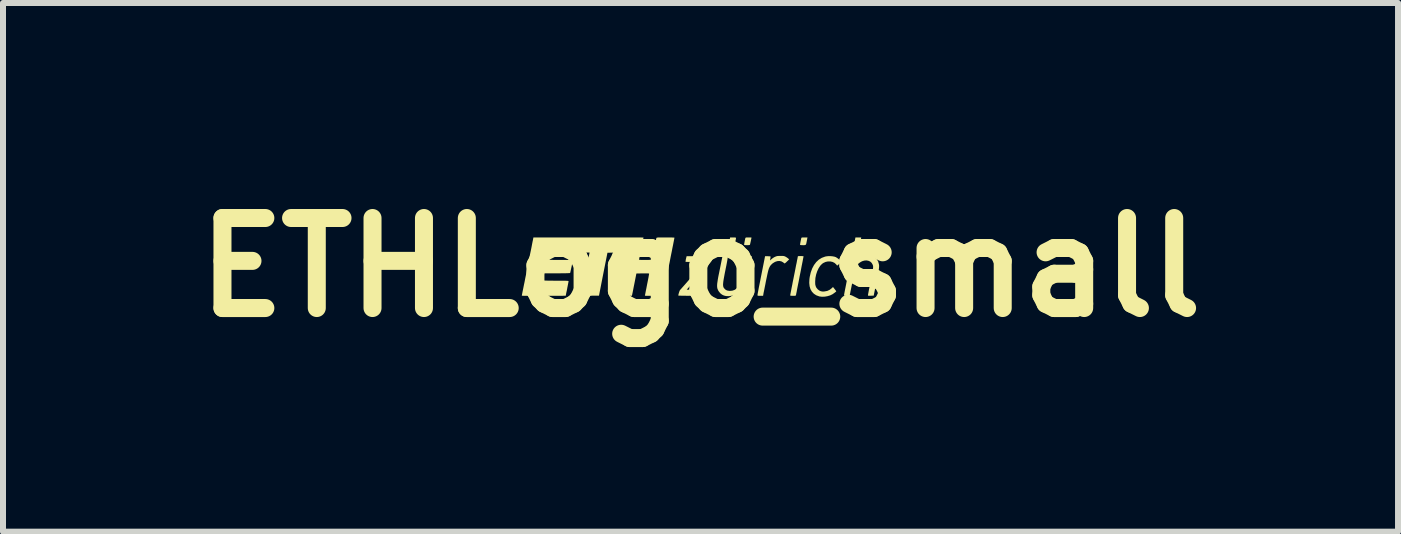
<source format=kicad_pcb>
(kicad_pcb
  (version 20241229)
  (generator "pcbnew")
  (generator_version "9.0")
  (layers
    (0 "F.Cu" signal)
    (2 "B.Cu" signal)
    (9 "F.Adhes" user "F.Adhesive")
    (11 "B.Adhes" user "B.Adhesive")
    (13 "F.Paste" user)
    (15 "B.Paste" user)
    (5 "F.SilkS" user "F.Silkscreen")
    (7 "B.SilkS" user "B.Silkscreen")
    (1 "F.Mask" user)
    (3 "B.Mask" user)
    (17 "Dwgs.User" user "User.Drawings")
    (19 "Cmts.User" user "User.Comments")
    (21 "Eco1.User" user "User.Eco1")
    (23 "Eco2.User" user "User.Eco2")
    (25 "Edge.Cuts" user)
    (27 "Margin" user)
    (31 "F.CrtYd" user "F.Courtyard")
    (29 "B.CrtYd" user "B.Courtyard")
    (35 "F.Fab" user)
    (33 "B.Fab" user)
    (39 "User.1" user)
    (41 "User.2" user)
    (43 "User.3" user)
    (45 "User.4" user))
  (footprint "ETHLogo_small"
    (layer "F.Cu")
    (at 8.621 1.404)
    (property "Reference" "ETHLogo_small" (at 0 0 0) (layer "F.SilkS") (effects (font (size 1.5 1.5) (thickness 0.3))))
    (attr board_only exclude_from_pos_files exclude_from_bom)
    (fp_poly (pts (xy 0.568 -0.498) (xy 0.583 -0.496) (xy 0.59 -0.493) (xy 0.592 -0.49) (xy 0.591 -0.48) (xy 0.588 -0.463) (xy 0.583 -0.44) (xy 0.578 -0.415) (xy 0.573 -0.392) (xy 0.571 -0.382) (xy 0.569 -0.376) (xy 0.564 -0.372) (xy 0.554 -0.37) (xy 0.535 -0.369) (xy 0.522 -0.369) (xy 0.5 -0.37) (xy 0.483 -0.371) (xy 0.473 -0.373) (xy 0.473 -0.374) (xy 0.473 -0.381) (xy 0.475 -0.397) (xy 0.478 -0.419) (xy 0.482 -0.438) (xy 0.494 -0.498) (xy 0.543 -0.498)) (stroke (width 0) (type solid)) (fill yes) (layer "F.SilkS"))
    (fp_poly (pts (xy 1.779 -0.482) (xy 1.777 -0.468) (xy 1.773 -0.447) (xy 1.769 -0.428) (xy 1.764 -0.401) (xy 1.759 -0.384) (xy 1.752 -0.375) (xy 1.739 -0.37) (xy 1.72 -0.369) (xy 1.705 -0.369) (xy 1.681 -0.37) (xy 1.666 -0.371) (xy 1.66 -0.374) (xy 1.659 -0.378) (xy 1.66 -0.387) (xy 1.663 -0.405) (xy 1.667 -0.427) (xy 1.672 -0.452) (xy 1.677 -0.476) (xy 1.679 -0.485) (xy 1.681 -0.491) (xy 1.686 -0.495) (xy 1.696 -0.497) (xy 1.713 -0.498) (xy 1.732 -0.498) (xy 1.783 -0.498)) (stroke (width 0) (type solid)) (fill yes) (layer "F.SilkS"))
    (fp_poly (pts (xy 0.823 -0.498) (xy 0.84 -0.497) (xy 0.849 -0.496) (xy 0.85 -0.496) (xy 0.849 -0.488) (xy 0.845 -0.471) (xy 0.841 -0.45) (xy 0.836 -0.427) (xy 0.831 -0.405) (xy 0.827 -0.387) (xy 0.824 -0.376) (xy 0.823 -0.375) (xy 0.816 -0.372) (xy 0.8 -0.37) (xy 0.779 -0.369) (xy 0.773 -0.369) (xy 0.749 -0.37) (xy 0.735 -0.371) (xy 0.728 -0.374) (xy 0.727 -0.378) (xy 0.728 -0.387) (xy 0.731 -0.405) (xy 0.735 -0.427) (xy 0.74 -0.452) (xy 0.745 -0.476) (xy 0.747 -0.485) (xy 0.75 -0.491) (xy 0.754 -0.495) (xy 0.764 -0.497) (xy 0.782 -0.498) (xy 0.8 -0.498)) (stroke (width 0) (type solid)) (fill yes) (layer "F.SilkS"))
    (fp_poly (pts (xy 1.692 -0.187) (xy 1.708 -0.186) (xy 1.717 -0.184) (xy 1.717 -0.183) (xy 1.716 -0.177) (xy 1.713 -0.16) (xy 1.708 -0.135) (xy 1.702 -0.102) (xy 1.694 -0.062) (xy 1.685 -0.018) (xy 1.676 0.031) (xy 1.666 0.082) (xy 1.655 0.135) (xy 1.645 0.188) (xy 1.635 0.24) (xy 1.625 0.289) (xy 1.616 0.334) (xy 1.608 0.375) (xy 1.602 0.409) (xy 1.596 0.436) (xy 1.593 0.454) (xy 1.591 0.462) (xy 1.589 0.468) (xy 1.584 0.472) (xy 1.573 0.474) (xy 1.555 0.475) (xy 1.541 0.475) (xy 1.516 0.474) (xy 1.501 0.472) (xy 1.495 0.469) (xy 1.494 0.467) (xy 1.496 0.46) (xy 1.499 0.443) (xy 1.504 0.416) (xy 1.511 0.381) (xy 1.519 0.339) (xy 1.529 0.29) (xy 1.539 0.236) (xy 1.551 0.179) (xy 1.559 0.138) (xy 1.571 0.078) (xy 1.582 0.022) (xy 1.592 -0.03) (xy 1.602 -0.076) (xy 1.609 -0.115) (xy 1.616 -0.147) (xy 1.62 -0.17) (xy 1.623 -0.183) (xy 1.623 -0.186) (xy 1.629 -0.187) (xy 1.643 -0.187) (xy 1.664 -0.188) (xy 1.67 -0.188)) (stroke (width 0) (type solid)) (fill yes) (layer "F.SilkS"))
    (fp_poly (pts (xy 0.129 -0.186) (xy 0.157 -0.186) (xy 0.178 -0.185) (xy 0.192 -0.184) (xy 0.201 -0.183) (xy 0.205 -0.181) (xy 0.205 -0.18) (xy 0.204 -0.17) (xy 0.201 -0.153) (xy 0.198 -0.139) (xy 0.197 -0.131) (xy 0.195 -0.124) (xy 0.191 -0.116) (xy 0.186 -0.107) (xy 0.178 -0.096) (xy 0.168 -0.082) (xy 0.153 -0.064) (xy 0.135 -0.042) (xy 0.111 -0.015) (xy 0.082 0.019) (xy 0.047 0.059) (xy 0.004 0.107) (xy -0.019 0.133) (xy -0.229 0.372) (xy -0.062 0.374) (xy -0.013 0.374) (xy 0.025 0.375) (xy 0.054 0.375) (xy 0.075 0.376) (xy 0.09 0.378) (xy 0.099 0.379) (xy 0.103 0.381) (xy 0.105 0.384) (xy 0.105 0.385) (xy 0.104 0.396) (xy 0.101 0.414) (xy 0.098 0.434) (xy 0.09 0.472) (xy -0.139 0.473) (xy -0.19 0.474) (xy -0.237 0.474) (xy -0.278 0.473) (xy -0.314 0.473) (xy -0.341 0.472) (xy -0.36 0.472) (xy -0.369 0.471) (xy -0.369 0.47) (xy -0.367 0.452) (xy -0.361 0.43) (xy -0.354 0.408) (xy -0.347 0.39) (xy -0.341 0.379) (xy -0.335 0.372) (xy -0.322 0.358) (xy -0.303 0.336) (xy -0.278 0.308) (xy -0.249 0.275) (xy -0.216 0.237) (xy -0.18 0.196) (xy -0.142 0.152) (xy -0.132 0.141) (xy 0.066 -0.085) (xy -0.091 -0.088) (xy -0.249 -0.091) (xy -0.247 -0.11) (xy -0.245 -0.127) (xy -0.24 -0.149) (xy -0.238 -0.157) (xy -0.231 -0.185) (xy -0.013 -0.186) (xy 0.045 -0.186) (xy 0.092 -0.187)) (stroke (width 0) (type solid)) (fill yes) (layer "F.SilkS"))
    (fp_poly (pts (xy 1.362 -0.19) (xy 1.382 -0.189) (xy 1.397 -0.186) (xy 1.411 -0.18) (xy 1.421 -0.175) (xy 1.44 -0.163) (xy 1.457 -0.151) (xy 1.464 -0.145) (xy 1.477 -0.131) (xy 1.442 -0.098) (xy 1.426 -0.082) (xy 1.412 -0.071) (xy 1.405 -0.065) (xy 1.404 -0.064) (xy 1.397 -0.068) (xy 1.385 -0.076) (xy 1.377 -0.083) (xy 1.348 -0.099) (xy 1.314 -0.106) (xy 1.279 -0.103) (xy 1.243 -0.091) (xy 1.208 -0.07) (xy 1.194 -0.059) (xy 1.18 -0.045) (xy 1.168 -0.032) (xy 1.158 -0.018) (xy 1.149 -0.001) (xy 1.14 0.019) (xy 1.132 0.044) (xy 1.124 0.075) (xy 1.115 0.114) (xy 1.105 0.162) (xy 1.093 0.219) (xy 1.09 0.233) (xy 1.081 0.281) (xy 1.072 0.325) (xy 1.064 0.366) (xy 1.057 0.4) (xy 1.051 0.428) (xy 1.048 0.446) (xy 1.047 0.453) (xy 1.043 0.475) (xy 0.996 0.475) (xy 0.973 0.475) (xy 0.959 0.473) (xy 0.952 0.471) (xy 0.95 0.466) (xy 0.95 0.462) (xy 0.951 0.453) (xy 0.954 0.435) (xy 0.959 0.407) (xy 0.966 0.371) (xy 0.974 0.328) (xy 0.984 0.279) (xy 0.995 0.225) (xy 1.006 0.167) (xy 1.013 0.132) (xy 1.076 -0.185) (xy 1.122 -0.185) (xy 1.146 -0.184) (xy 1.162 -0.182) (xy 1.168 -0.179) (xy 1.168 -0.179) (xy 1.167 -0.17) (xy 1.165 -0.154) (xy 1.163 -0.144) (xy 1.159 -0.114) (xy 1.184 -0.137) (xy 1.204 -0.153) (xy 1.228 -0.168) (xy 1.242 -0.175) (xy 1.259 -0.182) (xy 1.275 -0.187) (xy 1.294 -0.189) (xy 1.319 -0.19) (xy 1.333 -0.19)) (stroke (width 0) (type solid)) (fill yes) (layer "F.SilkS"))
    (fp_poly (pts (xy 2.197 -0.184) (xy 2.23 -0.178) (xy 2.252 -0.171) (xy 2.268 -0.162) (xy 2.287 -0.149) (xy 2.307 -0.133) (xy 2.324 -0.117) (xy 2.337 -0.103) (xy 2.344 -0.093) (xy 2.344 -0.091) (xy 2.34 -0.084) (xy 2.329 -0.073) (xy 2.313 -0.058) (xy 2.311 -0.056) (xy 2.277 -0.028) (xy 2.26 -0.05) (xy 2.233 -0.074) (xy 2.2 -0.09) (xy 2.163 -0.098) (xy 2.124 -0.098) (xy 2.085 -0.09) (xy 2.048 -0.073) (xy 2.026 -0.058) (xy 1.995 -0.026) (xy 1.968 0.016) (xy 1.945 0.065) (xy 1.927 0.119) (xy 1.915 0.177) (xy 1.911 0.236) (xy 1.911 0.245) (xy 1.912 0.283) (xy 1.919 0.313) (xy 1.93 0.338) (xy 1.949 0.361) (xy 1.951 0.364) (xy 1.978 0.386) (xy 2.007 0.399) (xy 2.04 0.404) (xy 2.066 0.402) (xy 2.113 0.393) (xy 2.155 0.373) (xy 2.182 0.352) (xy 2.208 0.328) (xy 2.235 0.362) (xy 2.248 0.379) (xy 2.258 0.392) (xy 2.262 0.399) (xy 2.262 0.399) (xy 2.258 0.405) (xy 2.246 0.415) (xy 2.23 0.427) (xy 2.212 0.44) (xy 2.197 0.45) (xy 2.159 0.468) (xy 2.115 0.481) (xy 2.068 0.489) (xy 2.022 0.49) (xy 1.981 0.485) (xy 1.978 0.484) (xy 1.929 0.466) (xy 1.889 0.44) (xy 1.857 0.406) (xy 1.833 0.365) (xy 1.818 0.316) (xy 1.812 0.259) (xy 1.815 0.196) (xy 1.82 0.16) (xy 1.837 0.086) (xy 1.861 0.019) (xy 1.892 -0.039) (xy 1.929 -0.088) (xy 1.972 -0.128) (xy 2.021 -0.158) (xy 2.075 -0.178) (xy 2.091 -0.182) (xy 2.124 -0.186) (xy 2.16 -0.187)) (stroke (width 0) (type solid)) (fill yes) (layer "F.SilkS"))
    (fp_poly (pts (xy 0.445 -0.187) (xy 0.454 -0.185) (xy 0.456 -0.181) (xy 0.455 -0.17) (xy 0.452 -0.15) (xy 0.448 -0.122) (xy 0.441 -0.084) (xy 0.432 -0.036) (xy 0.42 0.022) (xy 0.418 0.033) (xy 0.405 0.097) (xy 0.395 0.151) (xy 0.387 0.195) (xy 0.381 0.232) (xy 0.378 0.261) (xy 0.376 0.285) (xy 0.377 0.303) (xy 0.379 0.319) (xy 0.383 0.331) (xy 0.389 0.343) (xy 0.393 0.348) (xy 0.415 0.371) (xy 0.442 0.386) (xy 0.476 0.392) (xy 0.488 0.393) (xy 0.531 0.389) (xy 0.568 0.376) (xy 0.602 0.354) (xy 0.612 0.345) (xy 0.624 0.333) (xy 0.635 0.321) (xy 0.645 0.307) (xy 0.654 0.291) (xy 0.662 0.271) (xy 0.67 0.247) (xy 0.678 0.216) (xy 0.687 0.179) (xy 0.697 0.133) (xy 0.708 0.077) (xy 0.717 0.03) (xy 0.76 -0.185) (xy 0.808 -0.186) (xy 0.833 -0.187) (xy 0.849 -0.185) (xy 0.855 -0.182) (xy 0.856 -0.181) (xy 0.855 -0.174) (xy 0.851 -0.157) (xy 0.846 -0.131) (xy 0.84 -0.097) (xy 0.832 -0.057) (xy 0.824 -0.012) (xy 0.814 0.037) (xy 0.804 0.089) (xy 0.794 0.142) (xy 0.783 0.195) (xy 0.773 0.246) (xy 0.763 0.296) (xy 0.754 0.341) (xy 0.746 0.381) (xy 0.739 0.415) (xy 0.734 0.441) (xy 0.731 0.458) (xy 0.729 0.464) (xy 0.726 0.47) (xy 0.718 0.473) (xy 0.704 0.474) (xy 0.68 0.475) (xy 0.679 0.475) (xy 0.632 0.475) (xy 0.636 0.453) (xy 0.639 0.435) (xy 0.643 0.421) (xy 0.643 0.42) (xy 0.642 0.415) (xy 0.636 0.417) (xy 0.622 0.426) (xy 0.612 0.433) (xy 0.57 0.457) (xy 0.523 0.473) (xy 0.475 0.48) (xy 0.427 0.479) (xy 0.391 0.47) (xy 0.359 0.455) (xy 0.329 0.431) (xy 0.305 0.401) (xy 0.295 0.385) (xy 0.288 0.369) (xy 0.282 0.354) (xy 0.279 0.338) (xy 0.277 0.319) (xy 0.277 0.296) (xy 0.279 0.269) (xy 0.284 0.235) (xy 0.29 0.195) (xy 0.299 0.146) (xy 0.311 0.088) (xy 0.321 0.038) (xy 0.366 -0.185) (xy 0.407 -0.186) (xy 0.428 -0.187)) (stroke (width 0) (type solid)) (fill yes) (layer "F.SilkS"))
    (fp_poly (pts (xy 2.652 -0.498) (xy 2.669 -0.497) (xy 2.678 -0.497) (xy 2.678 -0.496) (xy 2.677 -0.49) (xy 2.674 -0.474) (xy 2.669 -0.45) (xy 2.663 -0.418) (xy 2.655 -0.38) (xy 2.647 -0.338) (xy 2.643 -0.319) (xy 2.634 -0.276) (xy 2.626 -0.235) (xy 2.62 -0.2) (xy 2.614 -0.172) (xy 2.61 -0.152) (xy 2.608 -0.141) (xy 2.608 -0.139) (xy 2.612 -0.14) (xy 2.623 -0.146) (xy 2.637 -0.156) (xy 2.677 -0.179) (xy 2.718 -0.194) (xy 2.765 -0.201) (xy 2.787 -0.201) (xy 2.816 -0.201) (xy 2.838 -0.198) (xy 2.857 -0.193) (xy 2.869 -0.188) (xy 2.908 -0.165) (xy 2.939 -0.133) (xy 2.961 -0.095) (xy 2.973 -0.051) (xy 2.976 -0.029) (xy 2.976 -0.016) (xy 2.975 -0.002) (xy 2.974 0.016) (xy 2.971 0.037) (xy 2.966 0.064) (xy 2.96 0.098) (xy 2.952 0.139) (xy 2.943 0.19) (xy 2.932 0.243) (xy 2.886 0.472) (xy 2.838 0.473) (xy 2.813 0.474) (xy 2.798 0.473) (xy 2.791 0.47) (xy 2.79 0.467) (xy 2.791 0.46) (xy 2.794 0.442) (xy 2.799 0.416) (xy 2.805 0.383) (xy 2.813 0.343) (xy 2.822 0.298) (xy 2.83 0.257) (xy 2.843 0.194) (xy 2.853 0.142) (xy 2.861 0.1) (xy 2.867 0.065) (xy 2.872 0.038) (xy 2.875 0.016) (xy 2.876 -0.001) (xy 2.876 -0.015) (xy 2.875 -0.025) (xy 2.872 -0.035) (xy 2.869 -0.044) (xy 2.852 -0.074) (xy 2.828 -0.096) (xy 2.798 -0.109) (xy 2.765 -0.115) (xy 2.729 -0.112) (xy 2.692 -0.101) (xy 2.657 -0.081) (xy 2.635 -0.064) (xy 2.622 -0.052) (xy 2.611 -0.039) (xy 2.602 -0.026) (xy 2.593 -0.009) (xy 2.585 0.011) (xy 2.577 0.036) (xy 2.568 0.067) (xy 2.559 0.106) (xy 2.549 0.153) (xy 2.538 0.21) (xy 2.532 0.242) (xy 2.522 0.29) (xy 2.513 0.335) (xy 2.505 0.375) (xy 2.498 0.409) (xy 2.493 0.436) (xy 2.489 0.454) (xy 2.488 0.462) (xy 2.485 0.468) (xy 2.48 0.472) (xy 2.47 0.474) (xy 2.452 0.475) (xy 2.438 0.475) (xy 2.412 0.474) (xy 2.397 0.472) (xy 2.391 0.468) (xy 2.391 0.467) (xy 2.392 0.461) (xy 2.395 0.443) (xy 2.4 0.416) (xy 2.407 0.38) (xy 2.416 0.336) (xy 2.426 0.285) (xy 2.437 0.227) (xy 2.45 0.164) (xy 2.463 0.096) (xy 2.477 0.025) (xy 2.486 -0.019) (xy 2.582 -0.498) (xy 2.63 -0.498)) (stroke (width 0) (type solid)) (fill yes) (layer "F.SilkS"))
    (fp_poly (pts (xy -0.542 -0.498) (xy -0.506 -0.498) (xy -0.476 -0.497) (xy -0.452 -0.496) (xy -0.438 -0.495) (xy -0.434 -0.494) (xy -0.435 -0.487) (xy -0.438 -0.471) (xy -0.443 -0.445) (xy -0.45 -0.41) (xy -0.458 -0.368) (xy -0.468 -0.32) (xy -0.478 -0.267) (xy -0.49 -0.209) (xy -0.502 -0.148) (xy -0.514 -0.085) (xy -0.527 -0.021) (xy -0.54 0.043) (xy -0.553 0.106) (xy -0.565 0.167) (xy -0.577 0.226) (xy -0.587 0.28) (xy -0.597 0.329) (xy -0.606 0.372) (xy -0.613 0.408) (xy -0.619 0.435) (xy -0.622 0.454) (xy -0.624 0.462) (xy -0.627 0.475) (xy -0.777 0.475) (xy -0.817 0.475) (xy -0.853 0.474) (xy -0.884 0.474) (xy -0.907 0.474) (xy -0.922 0.473) (xy -0.926 0.473) (xy -0.925 0.467) (xy -0.922 0.451) (xy -0.917 0.426) (xy -0.911 0.394) (xy -0.903 0.356) (xy -0.895 0.314) (xy -0.891 0.293) (xy -0.882 0.248) (xy -0.874 0.208) (xy -0.867 0.172) (xy -0.862 0.142) (xy -0.858 0.121) (xy -0.856 0.109) (xy -0.856 0.107) (xy -0.858 0.104) (xy -0.867 0.102) (xy -0.882 0.101) (xy -0.906 0.101) (xy -0.94 0.101) (xy -0.962 0.101) (xy -1.068 0.103) (xy -1.102 0.275) (xy -1.111 0.319) (xy -1.119 0.36) (xy -1.126 0.396) (xy -1.132 0.426) (xy -1.137 0.448) (xy -1.139 0.46) (xy -1.14 0.462) (xy -1.143 0.475) (xy -1.292 0.475) (xy -1.333 0.475) (xy -1.369 0.474) (xy -1.4 0.474) (xy -1.423 0.473) (xy -1.437 0.472) (xy -1.442 0.471) (xy -1.441 0.465) (xy -1.437 0.448) (xy -1.433 0.423) (xy -1.426 0.389) (xy -1.418 0.349) (xy -1.409 0.304) (xy -1.399 0.254) (xy -1.389 0.201) (xy -1.378 0.147) (xy -1.367 0.091) (xy -1.357 0.037) (xy -1.346 -0.016) (xy -1.336 -0.066) (xy -1.327 -0.111) (xy -1.319 -0.152) (xy -1.313 -0.185) (xy -1.308 -0.211) (xy -1.304 -0.227) (xy -1.303 -0.233) (xy -1.3 -0.246) (xy -1.425 -0.245) (xy -1.55 -0.243) (xy -1.621 0.114) (xy -1.691 0.472) (xy -1.842 0.473) (xy -1.993 0.475) (xy -1.99 0.462) (xy -1.988 0.454) (xy -1.984 0.435) (xy -1.979 0.407) (xy -1.971 0.371) (xy -1.962 0.327) (xy -1.952 0.278) (xy -1.941 0.222) (xy -1.93 0.163) (xy -1.917 0.101) (xy -1.848 -0.246) (xy -2.19 -0.246) (xy -2.532 -0.246) (xy -2.535 -0.233) (xy -2.539 -0.215) (xy -2.543 -0.193) (xy -2.548 -0.17) (xy -2.552 -0.149) (xy -2.554 -0.134) (xy -2.555 -0.129) (xy -2.55 -0.127) (xy -2.533 -0.126) (xy -2.506 -0.125) (xy -2.471 -0.124) (xy -2.427 -0.123) (xy -2.376 -0.123) (xy -2.341 -0.123) (xy -2.293 -0.123) (xy -2.248 -0.123) (xy -2.208 -0.122) (xy -2.175 -0.121) (xy -2.15 -0.12) (xy -2.133 -0.119) (xy -2.127 -0.118) (xy -2.127 -0.118) (xy -2.129 -0.11) (xy -2.132 -0.093) (xy -2.136 -0.069) (xy -2.142 -0.04) (xy -2.148 -0.01) (xy -2.155 0.02) (xy -2.161 0.048) (xy -2.166 0.071) (xy -2.17 0.087) (xy -2.172 0.094) (xy -2.178 0.096) (xy -2.196 0.097) (xy -2.223 0.098) (xy -2.259 0.099) (xy -2.303 0.099) (xy -2.353 0.1) (xy -2.388 0.1) (xy -2.602 0.1) (xy -2.605 0.113) (xy -2.609 0.131) (xy -2.614 0.153) (xy -2.618 0.176) (xy -2.622 0.196) (xy -2.625 0.211) (xy -2.626 0.217) (xy -2.62 0.219) (xy -2.603 0.22) (xy -2.577 0.221) (xy -2.541 0.222) (xy -2.497 0.222) (xy -2.446 0.223) (xy -2.412 0.223) (xy -2.354 0.223) (xy -2.308 0.223) (xy -2.271 0.223) (xy -2.243 0.224) (xy -2.222 0.225) (xy -2.209 0.226) (xy -2.201 0.228) (xy -2.198 0.23) (xy -2.198 0.23) (xy -2.199 0.238) (xy -2.202 0.256) (xy -2.207 0.281) (xy -2.213 0.312) (xy -2.22 0.347) (xy -2.221 0.355) (xy -2.228 0.39) (xy -2.235 0.421) (xy -2.24 0.446) (xy -2.243 0.464) (xy -2.245 0.472) (xy -2.245 0.473) (xy -2.25 0.473) (xy -2.267 0.473) (xy -2.293 0.474) (xy -2.328 0.474) (xy -2.37 0.474) (xy -2.42 0.474) (xy -2.475 0.475) (xy -2.535 0.475) (xy -2.599 0.475) (xy -2.611 0.475) (xy -2.675 0.475) (xy -2.736 0.475) (xy -2.792 0.475) (xy -2.843 0.474) (xy -2.887 0.474) (xy -2.923 0.474) (xy -2.951 0.474) (xy -2.969 0.473) (xy -2.977 0.473) (xy -2.977 0.473) (xy -2.976 0.467) (xy -2.973 0.451) (xy -2.968 0.424) (xy -2.961 0.389) (xy -2.952 0.346) (xy -2.942 0.295) (xy -2.93 0.238) (xy -2.918 0.175) (xy -2.904 0.108) (xy -2.89 0.036) (xy -2.881 -0.012) (xy -2.866 -0.085) (xy -2.852 -0.155) (xy -2.839 -0.221) (xy -2.826 -0.282) (xy -2.815 -0.337) (xy -2.806 -0.385) (xy -2.798 -0.426) (xy -2.791 -0.458) (xy -2.787 -0.481) (xy -2.784 -0.494) (xy -2.784 -0.497) (xy -2.778 -0.497) (xy -2.761 -0.497) (xy -2.734 -0.497) (xy -2.697 -0.497) (xy -2.65 -0.497) (xy -2.595 -0.498) (xy -2.532 -0.498) (xy -2.462 -0.498) (xy -2.385 -0.498) (xy -2.302 -0.498) (xy -2.214 -0.498) (xy -2.121 -0.498) (xy -2.023 -0.498) (xy -1.922 -0.498) (xy -1.867 -0.498) (xy -1.764 -0.498) (xy -1.664 -0.498) (xy -1.569 -0.498) (xy -1.478 -0.498) (xy -1.392 -0.498) (xy -1.311 -0.498) (xy -1.237 -0.498) (xy -1.171 -0.497) (xy -1.111 -0.497) (xy -1.06 -0.497) (xy -1.018 -0.497) (xy -0.985 -0.497) (xy -0.963 -0.496) (xy -0.951 -0.496) (xy -0.949 -0.496) (xy -0.951 -0.489) (xy -0.954 -0.473) (xy -0.959 -0.449) (xy -0.965 -0.418) (xy -0.972 -0.383) (xy -0.98 -0.344) (xy -0.988 -0.304) (xy -0.996 -0.265) (xy -1.003 -0.228) (xy -1.01 -0.195) (xy -1.016 -0.167) (xy -1.02 -0.147) (xy -1.023 -0.135) (xy -1.023 -0.133) (xy -1.024 -0.13) (xy -1.021 -0.127) (xy -1.014 -0.125) (xy -1.002 -0.124) (xy -0.982 -0.123) (xy -0.953 -0.123) (xy -0.918 -0.123) (xy -0.883 -0.123) (xy -0.853 -0.124) (xy -0.83 -0.124) (xy -0.814 -0.125) (xy -0.809 -0.126) (xy -0.809 -0.126) (xy -0.808 -0.132) (xy -0.804 -0.148) (xy -0.8 -0.173) (xy -0.793 -0.203) (xy -0.786 -0.239) (xy -0.779 -0.277) (xy -0.77 -0.317) (xy -0.762 -0.356) (xy -0.755 -0.393) (xy -0.748 -0.427) (xy -0.742 -0.454) (xy -0.738 -0.475) (xy -0.735 -0.486) (xy -0.735 -0.488) (xy -0.733 -0.491) (xy -0.729 -0.493) (xy -0.722 -0.495) (xy -0.709 -0.497) (xy -0.69 -0.497) (xy -0.663 -0.498) (xy -0.628 -0.498) (xy -0.583 -0.498)) (stroke (width 0) (type solid)) (fill yes) (layer "F.SilkS")))
  (gr_rect
    (start -3 -3)
    (end 20.243 5.808)
    (stroke (width 0.1) (type default))
    (fill no)
    (layer "Edge.Cuts")))
</source>
